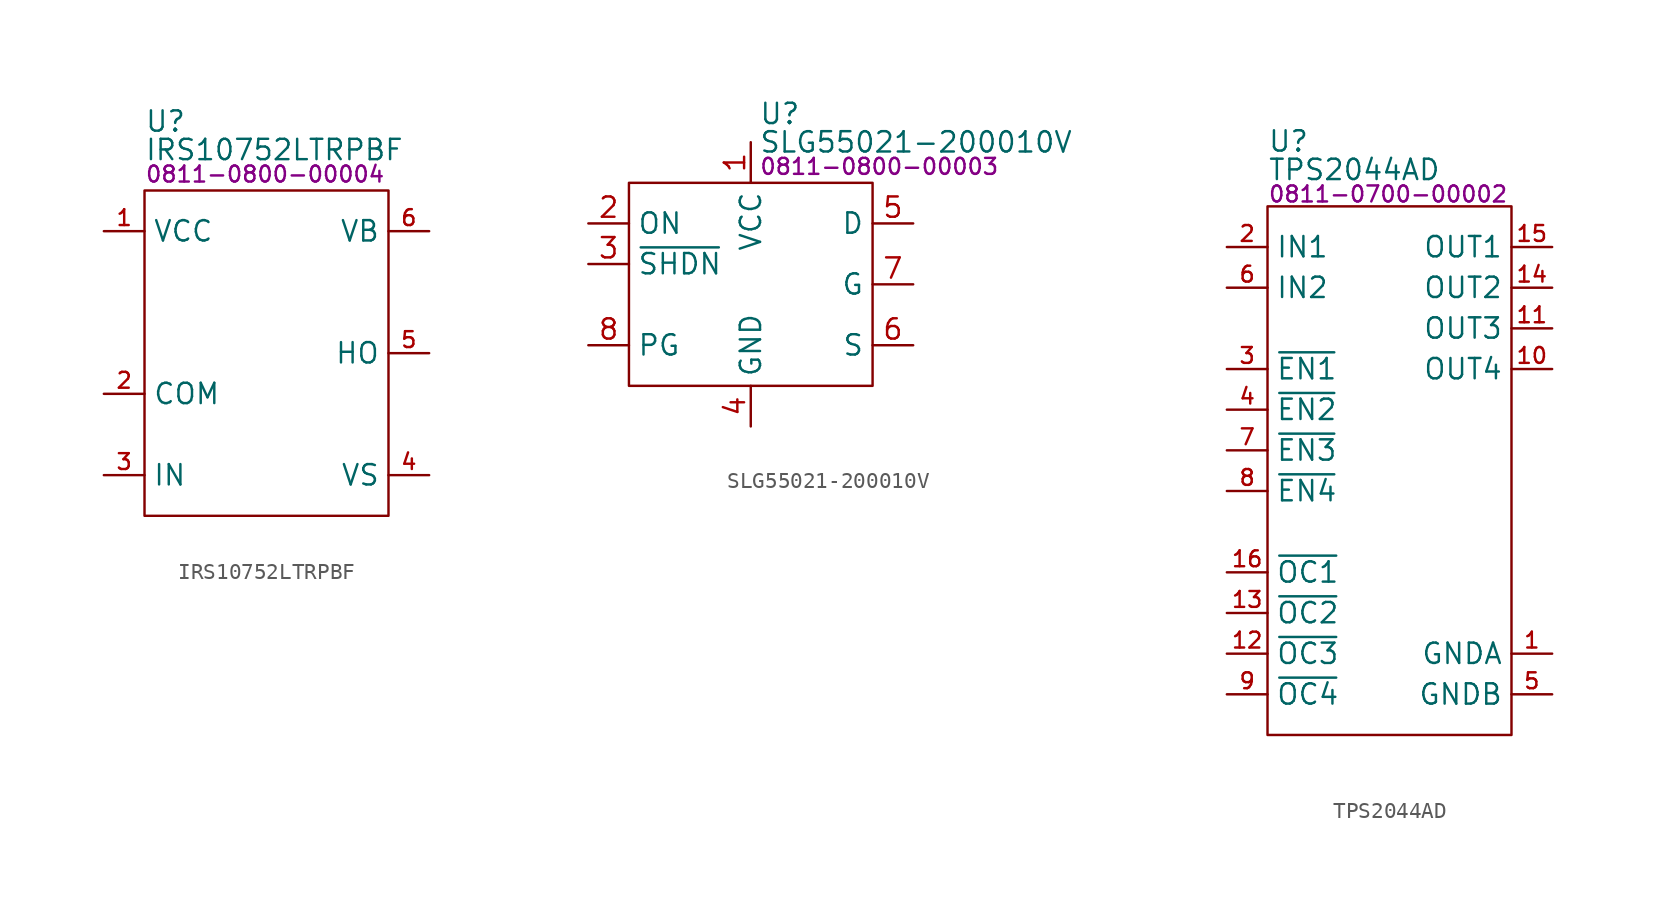
<source format=kicad_sym>
(kicad_symbol_lib
  (version 20231120)
  (generator "kicad_symbol_editor")
  (generator_version "8.0")
  (symbol "IRS10752LTRPBF"
    (property "Reference" "U"
      (at 0 4.318 0)
      (effects (font (size 1.27 1.27)) (justify left)))
    (property "Value" "IRS10752LTRPBF"
      (at 0 2.54 0)
      (effects (font (size 1.27 1.27)) (justify left)))
    (property "PartNumber" "0811-0800-00004"
      (at 0 1.016 0)
      (effects (font (size 1 1)) (justify left)))
    (symbol "IRS10752LTRPBF_0_0"
      (pin power_in line (at -2.54 -2.54 0) (length 2.54) (name "VCC" (effects (font (size 1.27 1.27)))) (number "1" (effects (font (size 0.991 0.991)))))
      (pin passive line (at -2.54 -12.7 0) (length 2.54) (name "COM" (effects (font (size 1.27 1.27)))) (number "2" (effects (font (size 0.991 0.991)))))
      (pin input line (at -2.54 -17.78 0) (length 2.54) (name "IN" (effects (font (size 1.27 1.27)))) (number "3" (effects (font (size 0.991 0.991)))))
      (pin power_out line (at 17.78 -17.78 180) (length 2.54) (name "VS" (effects (font (size 1.27 1.27)))) (number "4" (effects (font (size 0.991 0.991)))))
      (pin output line (at 17.78 -10.16 180) (length 2.54) (name "HO" (effects (font (size 1.27 1.27)))) (number "5" (effects (font (size 0.991 0.991)))))
      (pin input line (at 17.78 -2.54 180) (length 2.54) (name "VB" (effects (font (size 1.27 1.27)))) (number "6" (effects (font (size 0.991 0.991))))))
    (symbol "IRS10752LTRPBF_0_1"
      (rectangle (start 0 0) (end 15.24 -20.32) (stroke (width 0) (type default)) (fill (type none)))))
  (symbol "SLG55021-200010V"
    (property "Reference" "U"
      (at 8.128 4.318 0)
      (effects (font (size 1.27 1.27)) (justify left)))
    (property "Value" "SLG55021-200010V"
      (at 8.128 2.54 0)
      (effects (font (size 1.27 1.27)) (justify left)))
    (property "PartNumber" "0811-0800-00003"
      (at 8.128 1.016 0)
      (effects (font (size 1 1)) (justify left)))
    (symbol "SLG55021-200010V_0_0"
      (pin power_in line (at 7.62 2.54 270) (length 2.54) (name "VCC" (effects (font (size 1.27 1.27)))) (number "1" (effects (font (size 1.27 1.27)))))
      (pin input line (at -2.54 -2.54 0) (length 2.54) (name "ON" (effects (font (size 1.27 1.27)))) (number "2" (effects (font (size 1.27 1.27)))))
      (pin input line (at -2.54 -5.08 0) (length 2.54) (name "~{SHDN}" (effects (font (size 1.27 1.27)))) (number "3" (effects (font (size 1.27 1.27)))))
      (pin power_in line (at 7.62 -15.24 90) (length 2.54) (name "GND" (effects (font (size 1.27 1.27)))) (number "4" (effects (font (size 1.27 1.27)))))
      (pin input line (at 17.78 -2.54 180) (length 2.54) (name "D" (effects (font (size 1.27 1.27)))) (number "5" (effects (font (size 1.27 1.27)))))
      (pin input line (at 17.78 -10.16 180) (length 2.54) (name "S" (effects (font (size 1.27 1.27)))) (number "6" (effects (font (size 1.27 1.27)))))
      (pin output line (at 17.78 -6.35 180) (length 2.54) (name "G" (effects (font (size 1.27 1.27)))) (number "7" (effects (font (size 1.27 1.27)))))
      (pin output line (at -2.54 -10.16 0) (length 2.54) (name "PG" (effects (font (size 1.27 1.27)))) (number "8" (effects (font (size 1.27 1.27)))))
      (pin power_in line (at 7.62 -15.24 90) (length 2.54) hide (name "GND" (effects (font (size 1.27 1.27)))) (number "9" (effects (font (size 1.27 1.27))))))
    (symbol "SLG55021-200010V_0_1"
      (rectangle (start 0 0) (end 15.24 -12.7) (stroke (width 0) (type default)) (fill (type none)))))
  (symbol "TPS2044AD"
    (property "Reference" "U"
      (at 0 4.064 0)
      (effects (font (size 1.27 1.27)) (justify left)))
    (property "Value" "TPS2044AD"
      (at 0 2.286 0)
      (effects (font (size 1.27 1.27)) (justify left)))
    (property "PartNumber" "0811-0700-00002"
      (at 0 0.762 0)
      (effects (font (size 1 1)) (justify left)))
    (symbol "TPS2044AD_0_0"
      (pin power_in line (at 17.78 -27.94 180) (length 2.54) (name "GNDA" (effects (font (size 1.27 1.27)))) (number "1" (effects (font (size 0.991 0.991)))))
      (pin bidirectional line (at 17.78 -10.16 180) (length 2.54) (name "OUT4" (effects (font (size 1.27 1.27)))) (number "10" (effects (font (size 0.991 0.991)))))
      (pin bidirectional line (at 17.78 -7.62 180) (length 2.54) (name "OUT3" (effects (font (size 1.27 1.27)))) (number "11" (effects (font (size 0.991 0.991)))))
      (pin input line (at -2.54 -27.94 0) (length 2.54) (name "~{OC3}" (effects (font (size 1.27 1.27)))) (number "12" (effects (font (size 0.991 0.991)))))
      (pin input line (at -2.54 -25.4 0) (length 2.54) (name "~{OC2}" (effects (font (size 1.27 1.27)))) (number "13" (effects (font (size 0.991 0.991)))))
      (pin bidirectional line (at 17.78 -5.08 180) (length 2.54) (name "OUT2" (effects (font (size 1.27 1.27)))) (number "14" (effects (font (size 0.991 0.991)))))
      (pin bidirectional line (at 17.78 -2.54 180) (length 2.54) (name "OUT1" (effects (font (size 1.27 1.27)))) (number "15" (effects (font (size 0.991 0.991)))))
      (pin input line (at -2.54 -22.86 0) (length 2.54) (name "~{OC1}" (effects (font (size 1.27 1.27)))) (number "16" (effects (font (size 0.991 0.991)))))
      (pin bidirectional line (at -2.54 -2.54 0) (length 2.54) (name "IN1" (effects (font (size 1.27 1.27)))) (number "2" (effects (font (size 0.991 0.991)))))
      (pin input line (at -2.54 -10.16 0) (length 2.54) (name "~{EN1}" (effects (font (size 1.27 1.27)))) (number "3" (effects (font (size 0.991 0.991)))))
      (pin input line (at -2.54 -12.7 0) (length 2.54) (name "~{EN2}" (effects (font (size 1.27 1.27)))) (number "4" (effects (font (size 0.991 0.991)))))
      (pin power_in line (at 17.78 -30.48 180) (length 2.54) (name "GNDB" (effects (font (size 1.27 1.27)))) (number "5" (effects (font (size 0.991 0.991)))))
      (pin bidirectional line (at -2.54 -5.08 0) (length 2.54) (name "IN2" (effects (font (size 1.27 1.27)))) (number "6" (effects (font (size 0.991 0.991)))))
      (pin input line (at -2.54 -15.24 0) (length 2.54) (name "~{EN3}" (effects (font (size 1.27 1.27)))) (number "7" (effects (font (size 0.991 0.991)))))
      (pin input line (at -2.54 -17.78 0) (length 2.54) (name "~{EN4}" (effects (font (size 1.27 1.27)))) (number "8" (effects (font (size 0.991 0.991)))))
      (pin input line (at -2.54 -30.48 0) (length 2.54) (name "~{OC4}" (effects (font (size 1.27 1.27)))) (number "9" (effects (font (size 0.991 0.991))))))
    (symbol "TPS2044AD_0_1"
      (rectangle (start 0 0) (end 15.24 -33.02) (stroke (width 0) (type default)) (fill (type none))))))
</source>
